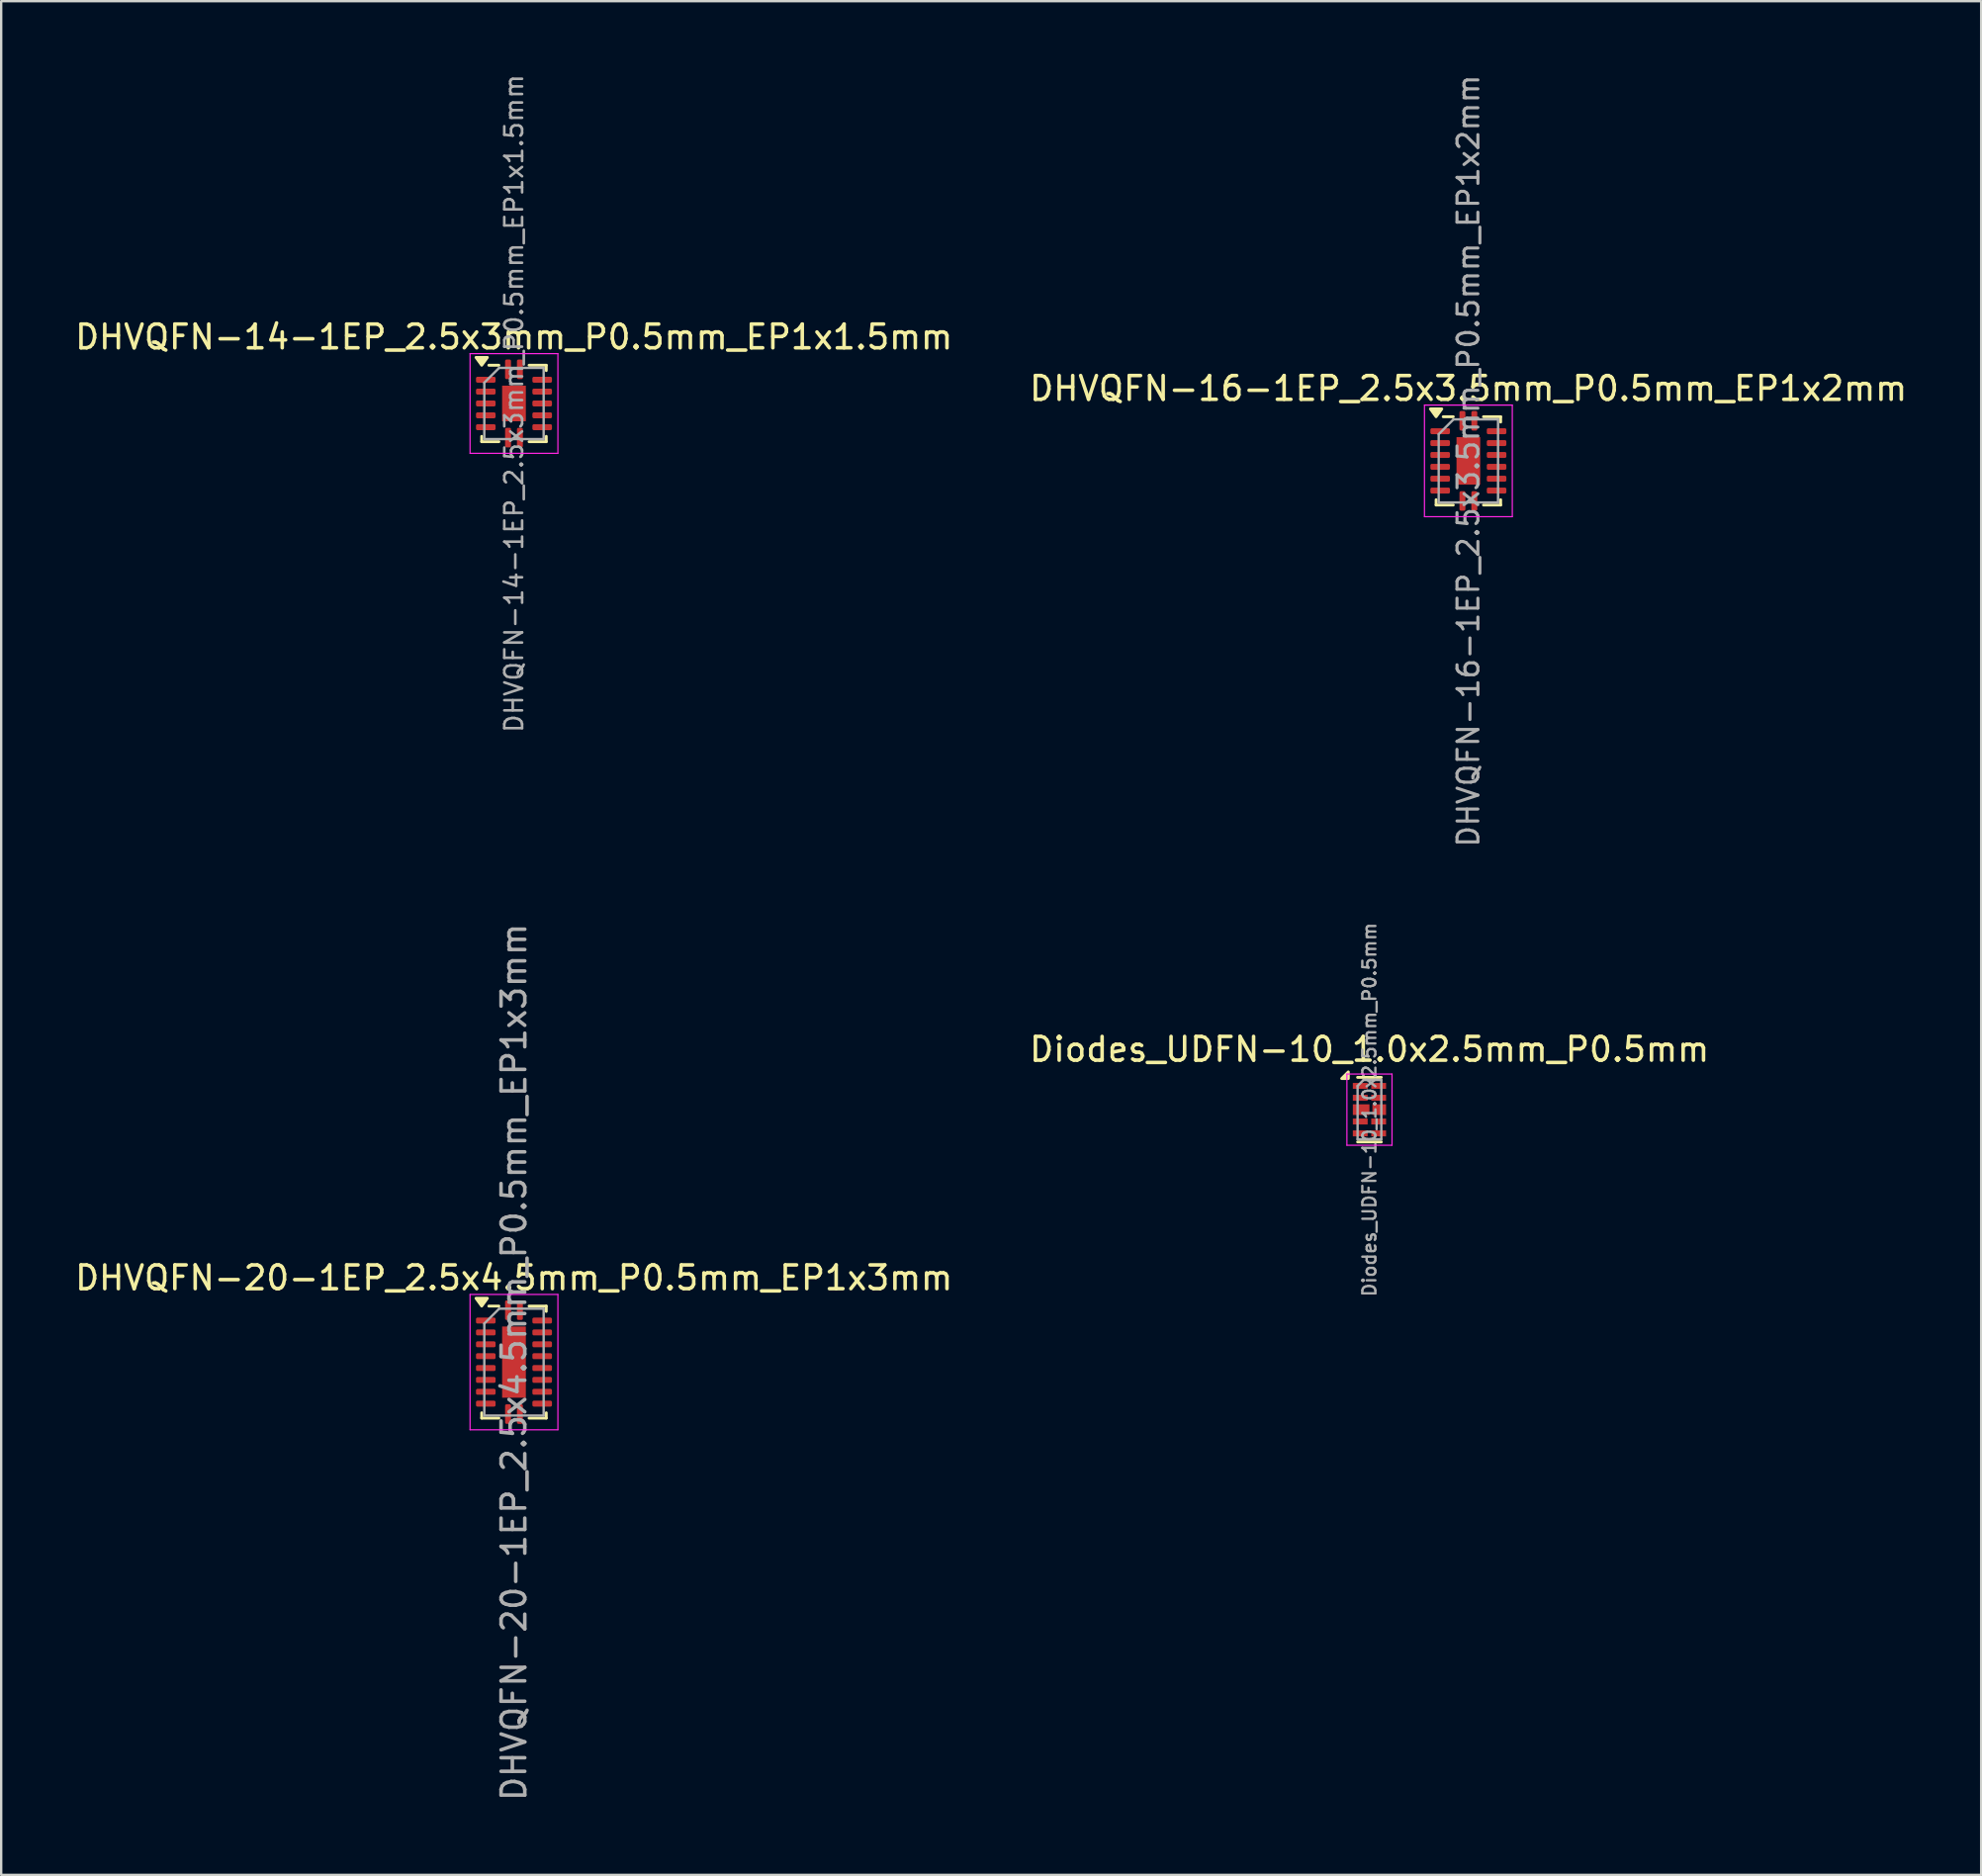
<source format=kicad_pcb>
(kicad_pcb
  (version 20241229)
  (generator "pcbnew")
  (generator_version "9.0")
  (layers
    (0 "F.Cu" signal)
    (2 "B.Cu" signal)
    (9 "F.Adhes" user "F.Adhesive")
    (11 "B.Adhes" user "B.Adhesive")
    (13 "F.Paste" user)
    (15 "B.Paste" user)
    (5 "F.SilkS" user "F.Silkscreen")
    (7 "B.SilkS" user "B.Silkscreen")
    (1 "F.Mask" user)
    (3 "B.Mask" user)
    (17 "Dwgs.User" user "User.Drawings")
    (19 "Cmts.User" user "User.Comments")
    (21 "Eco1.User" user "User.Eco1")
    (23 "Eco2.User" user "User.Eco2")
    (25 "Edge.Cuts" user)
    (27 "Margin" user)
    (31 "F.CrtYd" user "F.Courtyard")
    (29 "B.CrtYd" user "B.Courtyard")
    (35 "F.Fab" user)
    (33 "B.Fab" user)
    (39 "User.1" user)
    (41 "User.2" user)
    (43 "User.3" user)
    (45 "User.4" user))
  (footprint "DHVQFN-20-1EP_2.5x4.5mm_P0.5mm_EP1x3mm"
    (layer "F.Cu")
    (at 18.601 54.333)
    (property "Reference" "DHVQFN-20-1EP_2.5x4.5mm_P0.5mm_EP1x3mm" (at 0 -3.55 0) (layer "F.SilkS") (effects (font (size 1 1) (thickness 0.15))))
    (attr smd)
    (fp_line (start -1.36 2.36) (end -1.36 2.135) (stroke (width 0.12) (type solid)) (layer "F.SilkS"))
    (fp_line (start -0.635 -2.36) (end -1.06 -2.36) (stroke (width 0.12) (type solid)) (layer "F.SilkS"))
    (fp_line (start -0.635 2.36) (end -1.36 2.36) (stroke (width 0.12) (type solid)) (layer "F.SilkS"))
    (fp_line (start 0.635 -2.36) (end 1.36 -2.36) (stroke (width 0.12) (type solid)) (layer "F.SilkS"))
    (fp_line (start 0.635 2.36) (end 1.36 2.36) (stroke (width 0.12) (type solid)) (layer "F.SilkS"))
    (fp_line (start 1.36 -2.36) (end 1.36 -2.135) (stroke (width 0.12) (type solid)) (layer "F.SilkS"))
    (fp_line (start 1.36 2.36) (end 1.36 2.135) (stroke (width 0.12) (type solid)) (layer "F.SilkS"))
    (fp_poly (pts (xy -1.36 -2.36) (xy -1.6 -2.69) (xy -1.12 -2.69) (xy -1.36 -2.36)) (stroke (width 0.12) (type solid)) (fill yes) (layer "F.SilkS"))
    (fp_line (start -1.85 -2.85) (end -1.85 2.85) (stroke (width 0.05) (type solid)) (layer "F.CrtYd"))
    (fp_line (start -1.85 2.85) (end 1.85 2.85) (stroke (width 0.05) (type solid)) (layer "F.CrtYd"))
    (fp_line (start 1.85 -2.85) (end -1.85 -2.85) (stroke (width 0.05) (type solid)) (layer "F.CrtYd"))
    (fp_line (start 1.85 2.85) (end 1.85 -2.85) (stroke (width 0.05) (type solid)) (layer "F.CrtYd"))
    (fp_line (start -1.25 -1.625) (end -0.625 -2.25) (stroke (width 0.1) (type solid)) (layer "F.Fab"))
    (fp_line (start -1.25 2.25) (end -1.25 -1.625) (stroke (width 0.1) (type solid)) (layer "F.Fab"))
    (fp_line (start -0.625 -2.25) (end 1.25 -2.25) (stroke (width 0.1) (type solid)) (layer "F.Fab"))
    (fp_line (start 1.25 -2.25) (end 1.25 2.25) (stroke (width 0.1) (type solid)) (layer "F.Fab"))
    (fp_line (start 1.25 2.25) (end -1.25 2.25) (stroke (width 0.1) (type solid)) (layer "F.Fab"))
    (fp_text user "${REFERENCE}" (at 0 0 90) (layer "F.Fab") (effects (font (size 1 1) (thickness 0.15))))
    (pad "" smd roundrect (at 0 -0.75) (size 0.81 1.21) (layers "F.Paste") (roundrect_rratio 0.25))
    (pad "" smd roundrect (at 0 0.75) (size 0.81 1.21) (layers "F.Paste") (roundrect_rratio 0.25))
    (pad "1" smd roundrect (at -0.25 -2.188) (size 0.25 0.825) (layers "F.Cu" "F.Mask" "F.Paste") (roundrect_rratio 0.25))
    (pad "2" smd roundrect (at -1.188 -1.75) (size 0.825 0.25) (layers "F.Cu" "F.Mask" "F.Paste") (roundrect_rratio 0.25))
    (pad "3" smd roundrect (at -1.188 -1.25) (size 0.825 0.25) (layers "F.Cu" "F.Mask" "F.Paste") (roundrect_rratio 0.25))
    (pad "4" smd roundrect (at -1.188 -0.75) (size 0.825 0.25) (layers "F.Cu" "F.Mask" "F.Paste") (roundrect_rratio 0.25))
    (pad "5" smd roundrect (at -1.188 -0.25) (size 0.825 0.25) (layers "F.Cu" "F.Mask" "F.Paste") (roundrect_rratio 0.25))
    (pad "6" smd roundrect (at -1.188 0.25) (size 0.825 0.25) (layers "F.Cu" "F.Mask" "F.Paste") (roundrect_rratio 0.25))
    (pad "7" smd roundrect (at -1.188 0.75) (size 0.825 0.25) (layers "F.Cu" "F.Mask" "F.Paste") (roundrect_rratio 0.25))
    (pad "8" smd roundrect (at -1.188 1.25) (size 0.825 0.25) (layers "F.Cu" "F.Mask" "F.Paste") (roundrect_rratio 0.25))
    (pad "9" smd roundrect (at -1.188 1.75) (size 0.825 0.25) (layers "F.Cu" "F.Mask" "F.Paste") (roundrect_rratio 0.25))
    (pad "10" smd roundrect (at -0.25 2.188) (size 0.25 0.825) (layers "F.Cu" "F.Mask" "F.Paste") (roundrect_rratio 0.25))
    (pad "11" smd roundrect (at 0.25 2.188) (size 0.25 0.825) (layers "F.Cu" "F.Mask" "F.Paste") (roundrect_rratio 0.25))
    (pad "12" smd roundrect (at 1.188 1.75) (size 0.825 0.25) (layers "F.Cu" "F.Mask" "F.Paste") (roundrect_rratio 0.25))
    (pad "13" smd roundrect (at 1.188 1.25) (size 0.825 0.25) (layers "F.Cu" "F.Mask" "F.Paste") (roundrect_rratio 0.25))
    (pad "14" smd roundrect (at 1.188 0.75) (size 0.825 0.25) (layers "F.Cu" "F.Mask" "F.Paste") (roundrect_rratio 0.25))
    (pad "15" smd roundrect (at 1.188 0.25) (size 0.825 0.25) (layers "F.Cu" "F.Mask" "F.Paste") (roundrect_rratio 0.25))
    (pad "16" smd roundrect (at 1.188 -0.25) (size 0.825 0.25) (layers "F.Cu" "F.Mask" "F.Paste") (roundrect_rratio 0.25))
    (pad "17" smd roundrect (at 1.188 -0.75) (size 0.825 0.25) (layers "F.Cu" "F.Mask" "F.Paste") (roundrect_rratio 0.25))
    (pad "18" smd roundrect (at 1.188 -1.25) (size 0.825 0.25) (layers "F.Cu" "F.Mask" "F.Paste") (roundrect_rratio 0.25))
    (pad "19" smd roundrect (at 1.188 -1.75) (size 0.825 0.25) (layers "F.Cu" "F.Mask" "F.Paste") (roundrect_rratio 0.25))
    (pad "20" smd roundrect (at 0.25 -2.188) (size 0.25 0.825) (layers "F.Cu" "F.Mask" "F.Paste") (roundrect_rratio 0.25))
    (pad "21" smd rect (at 0 0) (size 1 3) (property pad_prop_heatsink) (layers "F.Cu" "F.Mask")))
  (footprint "DHVQFN-14-1EP_2.5x3mm_P0.5mm_EP1x1.5mm"
    (layer "F.Cu")
    (at 18.601 13.947)
    (property "Reference" "DHVQFN-14-1EP_2.5x3mm_P0.5mm_EP1x1.5mm" (at 0 -2.8 0) (layer "F.SilkS") (effects (font (size 1 1) (thickness 0.15))))
    (attr smd)
    (fp_line (start -1.36 1.61) (end -1.36 1.385) (stroke (width 0.12) (type solid)) (layer "F.SilkS"))
    (fp_line (start -0.635 -1.61) (end -1.06 -1.61) (stroke (width 0.12) (type solid)) (layer "F.SilkS"))
    (fp_line (start -0.635 1.61) (end -1.36 1.61) (stroke (width 0.12) (type solid)) (layer "F.SilkS"))
    (fp_line (start 0.635 -1.61) (end 1.36 -1.61) (stroke (width 0.12) (type solid)) (layer "F.SilkS"))
    (fp_line (start 0.635 1.61) (end 1.36 1.61) (stroke (width 0.12) (type solid)) (layer "F.SilkS"))
    (fp_line (start 1.36 -1.61) (end 1.36 -1.385) (stroke (width 0.12) (type solid)) (layer "F.SilkS"))
    (fp_line (start 1.36 1.61) (end 1.36 1.385) (stroke (width 0.12) (type solid)) (layer "F.SilkS"))
    (fp_poly (pts (xy -1.36 -1.61) (xy -1.6 -1.94) (xy -1.12 -1.94) (xy -1.36 -1.61)) (stroke (width 0.12) (type solid)) (fill yes) (layer "F.SilkS"))
    (fp_line (start -1.85 -2.1) (end -1.85 2.1) (stroke (width 0.05) (type solid)) (layer "F.CrtYd"))
    (fp_line (start -1.85 2.1) (end 1.85 2.1) (stroke (width 0.05) (type solid)) (layer "F.CrtYd"))
    (fp_line (start 1.85 -2.1) (end -1.85 -2.1) (stroke (width 0.05) (type solid)) (layer "F.CrtYd"))
    (fp_line (start 1.85 2.1) (end 1.85 -2.1) (stroke (width 0.05) (type solid)) (layer "F.CrtYd"))
    (fp_line (start -1.25 -0.875) (end -0.625 -1.5) (stroke (width 0.1) (type solid)) (layer "F.Fab"))
    (fp_line (start -1.25 1.5) (end -1.25 -0.875) (stroke (width 0.1) (type solid)) (layer "F.Fab"))
    (fp_line (start -0.625 -1.5) (end 1.25 -1.5) (stroke (width 0.1) (type solid)) (layer "F.Fab"))
    (fp_line (start 1.25 -1.5) (end 1.25 1.5) (stroke (width 0.1) (type solid)) (layer "F.Fab"))
    (fp_line (start 1.25 1.5) (end -1.25 1.5) (stroke (width 0.1) (type solid)) (layer "F.Fab"))
    (fp_text user "${REFERENCE}" (at 0 0 90) (layer "F.Fab") (effects (font (size 0.75 0.75) (thickness 0.11))))
    (pad "" smd roundrect (at 0 0) (size 0.81 1.21) (layers "F.Paste") (roundrect_rratio 0.25))
    (pad "1" smd roundrect (at -0.25 -1.438) (size 0.25 0.825) (layers "F.Cu" "F.Mask" "F.Paste") (roundrect_rratio 0.25))
    (pad "2" smd roundrect (at -1.188 -1) (size 0.825 0.25) (layers "F.Cu" "F.Mask" "F.Paste") (roundrect_rratio 0.25))
    (pad "3" smd roundrect (at -1.188 -0.5) (size 0.825 0.25) (layers "F.Cu" "F.Mask" "F.Paste") (roundrect_rratio 0.25))
    (pad "4" smd roundrect (at -1.188 0) (size 0.825 0.25) (layers "F.Cu" "F.Mask" "F.Paste") (roundrect_rratio 0.25))
    (pad "5" smd roundrect (at -1.188 0.5) (size 0.825 0.25) (layers "F.Cu" "F.Mask" "F.Paste") (roundrect_rratio 0.25))
    (pad "6" smd roundrect (at -1.188 1) (size 0.825 0.25) (layers "F.Cu" "F.Mask" "F.Paste") (roundrect_rratio 0.25))
    (pad "7" smd roundrect (at -0.25 1.438) (size 0.25 0.825) (layers "F.Cu" "F.Mask" "F.Paste") (roundrect_rratio 0.25))
    (pad "8" smd roundrect (at 0.25 1.438) (size 0.25 0.825) (layers "F.Cu" "F.Mask" "F.Paste") (roundrect_rratio 0.25))
    (pad "9" smd roundrect (at 1.188 1) (size 0.825 0.25) (layers "F.Cu" "F.Mask" "F.Paste") (roundrect_rratio 0.25))
    (pad "10" smd roundrect (at 1.188 0.5) (size 0.825 0.25) (layers "F.Cu" "F.Mask" "F.Paste") (roundrect_rratio 0.25))
    (pad "11" smd roundrect (at 1.188 0) (size 0.825 0.25) (layers "F.Cu" "F.Mask" "F.Paste") (roundrect_rratio 0.25))
    (pad "12" smd roundrect (at 1.188 -0.5) (size 0.825 0.25) (layers "F.Cu" "F.Mask" "F.Paste") (roundrect_rratio 0.25))
    (pad "13" smd roundrect (at 1.188 -1) (size 0.825 0.25) (layers "F.Cu" "F.Mask" "F.Paste") (roundrect_rratio 0.25))
    (pad "14" smd roundrect (at 0.25 -1.438) (size 0.25 0.825) (layers "F.Cu" "F.Mask" "F.Paste") (roundrect_rratio 0.25))
    (pad "15" smd rect (at 0 0) (size 1 1.5) (property pad_prop_heatsink) (layers "F.Cu" "F.Mask")))
  (footprint "Diodes_UDFN-10_1.0x2.5mm_P0.5mm"
    (layer "F.Cu")
    (at 54.637 43.697)
    (property "Reference" "Diodes_UDFN-10_1.0x2.5mm_P0.5mm" (at 0 -2.54 0) (layer "F.SilkS") (effects (font (size 1 1) (thickness 0.15))))
    (attr smd)
    (fp_line (start 0.5 -1.36) (end -0.5 -1.36) (stroke (width 0.12) (type solid)) (layer "F.SilkS"))
    (fp_line (start 0.5 1.36) (end -0.5 1.36) (stroke (width 0.12) (type solid)) (layer "F.SilkS"))
    (fp_poly (pts (xy -0.89 -1.31) (xy -1.17 -1.31) (xy -0.89 -1.59) (xy -0.89 -1.31)) (stroke (width 0.12) (type solid)) (fill yes) (layer "F.SilkS"))
    (fp_line (start -0.95 -1.5) (end 0.95 -1.5) (stroke (width 0.05) (type solid)) (layer "F.CrtYd"))
    (fp_line (start -0.95 1.5) (end -0.95 -1.5) (stroke (width 0.05) (type solid)) (layer "F.CrtYd"))
    (fp_line (start 0.95 -1.5) (end 0.95 1.5) (stroke (width 0.05) (type solid)) (layer "F.CrtYd"))
    (fp_line (start 0.95 1.5) (end -0.95 1.5) (stroke (width 0.05) (type solid)) (layer "F.CrtYd"))
    (fp_line (start -0.5 -1) (end -0.5 1.25) (stroke (width 0.1) (type solid)) (layer "F.Fab"))
    (fp_line (start -0.5 1.25) (end 0.5 1.25) (stroke (width 0.1) (type solid)) (layer "F.Fab"))
    (fp_line (start -0.25 -1.25) (end -0.5 -1) (stroke (width 0.1) (type solid)) (layer "F.Fab"))
    (fp_line (start 0.5 -1.25) (end -0.25 -1.25) (stroke (width 0.1) (type solid)) (layer "F.Fab"))
    (fp_line (start 0.5 -1.25) (end 0.5 1.25) (stroke (width 0.1) (type solid)) (layer "F.Fab"))
    (fp_text user "${REFERENCE}" (at 0 0 90) (layer "F.Fab") (effects (font (size 0.55 0.55) (thickness 0.1))))
    (pad "1" smd rect (at -0.388 -1 270) (size 0.25 0.625) (layers "F.Cu" "F.Mask" "F.Paste"))
    (pad "2" smd rect (at -0.388 -0.5 270) (size 0.25 0.625) (layers "F.Cu" "F.Mask" "F.Paste"))
    (pad "3" smd rect (at -0.35 0 270) (size 0.45 0.7) (layers "F.Cu" "F.Mask" "F.Paste"))
    (pad "4" smd rect (at -0.388 0.5 270) (size 0.25 0.625) (layers "F.Cu" "F.Mask" "F.Paste"))
    (pad "5" smd rect (at -0.388 1 270) (size 0.25 0.625) (layers "F.Cu" "F.Mask" "F.Paste"))
    (pad "6" smd rect (at 0.388 1 270) (size 0.25 0.625) (layers "F.Cu" "F.Mask" "F.Paste"))
    (pad "7" smd rect (at 0.388 0.5 270) (size 0.25 0.625) (layers "F.Cu" "F.Mask" "F.Paste"))
    (pad "8" smd rect (at 0.412 0 270) (size 0.45 0.575) (layers "F.Cu" "F.Mask" "F.Paste"))
    (pad "9" smd rect (at 0.388 -0.5 270) (size 0.25 0.625) (layers "F.Cu" "F.Mask" "F.Paste"))
    (pad "10" smd rect (at 0.388 -1 270) (size 0.25 0.625) (layers "F.Cu" "F.Mask" "F.Paste")))
  (footprint "DHVQFN-16-1EP_2.5x3.5mm_P0.5mm_EP1x2mm"
    (layer "F.Cu")
    (at 58.804 16.366)
    (property "Reference" "DHVQFN-16-1EP_2.5x3.5mm_P0.5mm_EP1x2mm" (at 0 -3.05 0) (layer "F.SilkS") (effects (font (size 1 1) (thickness 0.15))))
    (attr smd)
    (fp_line (start -1.36 1.86) (end -1.36 1.635) (stroke (width 0.12) (type solid)) (layer "F.SilkS"))
    (fp_line (start -0.635 -1.86) (end -1.06 -1.86) (stroke (width 0.12) (type solid)) (layer "F.SilkS"))
    (fp_line (start -0.635 1.86) (end -1.36 1.86) (stroke (width 0.12) (type solid)) (layer "F.SilkS"))
    (fp_line (start 0.635 -1.86) (end 1.36 -1.86) (stroke (width 0.12) (type solid)) (layer "F.SilkS"))
    (fp_line (start 0.635 1.86) (end 1.36 1.86) (stroke (width 0.12) (type solid)) (layer "F.SilkS"))
    (fp_line (start 1.36 -1.86) (end 1.36 -1.635) (stroke (width 0.12) (type solid)) (layer "F.SilkS"))
    (fp_line (start 1.36 1.86) (end 1.36 1.635) (stroke (width 0.12) (type solid)) (layer "F.SilkS"))
    (fp_poly (pts (xy -1.36 -1.86) (xy -1.6 -2.19) (xy -1.12 -2.19) (xy -1.36 -1.86)) (stroke (width 0.12) (type solid)) (fill yes) (layer "F.SilkS"))
    (fp_line (start -1.85 -2.35) (end -1.85 2.35) (stroke (width 0.05) (type solid)) (layer "F.CrtYd"))
    (fp_line (start -1.85 2.35) (end 1.85 2.35) (stroke (width 0.05) (type solid)) (layer "F.CrtYd"))
    (fp_line (start 1.85 -2.35) (end -1.85 -2.35) (stroke (width 0.05) (type solid)) (layer "F.CrtYd"))
    (fp_line (start 1.85 2.35) (end 1.85 -2.35) (stroke (width 0.05) (type solid)) (layer "F.CrtYd"))
    (fp_line (start -1.25 -1.125) (end -0.625 -1.75) (stroke (width 0.1) (type solid)) (layer "F.Fab"))
    (fp_line (start -1.25 1.75) (end -1.25 -1.125) (stroke (width 0.1) (type solid)) (layer "F.Fab"))
    (fp_line (start -0.625 -1.75) (end 1.25 -1.75) (stroke (width 0.1) (type solid)) (layer "F.Fab"))
    (fp_line (start 1.25 -1.75) (end 1.25 1.75) (stroke (width 0.1) (type solid)) (layer "F.Fab"))
    (fp_line (start 1.25 1.75) (end -1.25 1.75) (stroke (width 0.1) (type solid)) (layer "F.Fab"))
    (fp_text user "${REFERENCE}" (at 0 0 90) (layer "F.Fab") (effects (font (size 0.88 0.88) (thickness 0.13))))
    (pad "" smd roundrect (at 0 -0.5) (size 0.81 0.81) (layers "F.Paste") (roundrect_rratio 0.25))
    (pad "" smd roundrect (at 0 0.5) (size 0.81 0.81) (layers "F.Paste") (roundrect_rratio 0.25))
    (pad "1" smd roundrect (at -0.25 -1.688) (size 0.25 0.825) (layers "F.Cu" "F.Mask" "F.Paste") (roundrect_rratio 0.25))
    (pad "2" smd roundrect (at -1.188 -1.25) (size 0.825 0.25) (layers "F.Cu" "F.Mask" "F.Paste") (roundrect_rratio 0.25))
    (pad "3" smd roundrect (at -1.188 -0.75) (size 0.825 0.25) (layers "F.Cu" "F.Mask" "F.Paste") (roundrect_rratio 0.25))
    (pad "4" smd roundrect (at -1.188 -0.25) (size 0.825 0.25) (layers "F.Cu" "F.Mask" "F.Paste") (roundrect_rratio 0.25))
    (pad "5" smd roundrect (at -1.188 0.25) (size 0.825 0.25) (layers "F.Cu" "F.Mask" "F.Paste") (roundrect_rratio 0.25))
    (pad "6" smd roundrect (at -1.188 0.75) (size 0.825 0.25) (layers "F.Cu" "F.Mask" "F.Paste") (roundrect_rratio 0.25))
    (pad "7" smd roundrect (at -1.188 1.25) (size 0.825 0.25) (layers "F.Cu" "F.Mask" "F.Paste") (roundrect_rratio 0.25))
    (pad "8" smd roundrect (at -0.25 1.688) (size 0.25 0.825) (layers "F.Cu" "F.Mask" "F.Paste") (roundrect_rratio 0.25))
    (pad "9" smd roundrect (at 0.25 1.688) (size 0.25 0.825) (layers "F.Cu" "F.Mask" "F.Paste") (roundrect_rratio 0.25))
    (pad "10" smd roundrect (at 1.188 1.25) (size 0.825 0.25) (layers "F.Cu" "F.Mask" "F.Paste") (roundrect_rratio 0.25))
    (pad "11" smd roundrect (at 1.188 0.75) (size 0.825 0.25) (layers "F.Cu" "F.Mask" "F.Paste") (roundrect_rratio 0.25))
    (pad "12" smd roundrect (at 1.188 0.25) (size 0.825 0.25) (layers "F.Cu" "F.Mask" "F.Paste") (roundrect_rratio 0.25))
    (pad "13" smd roundrect (at 1.188 -0.25) (size 0.825 0.25) (layers "F.Cu" "F.Mask" "F.Paste") (roundrect_rratio 0.25))
    (pad "14" smd roundrect (at 1.188 -0.75) (size 0.825 0.25) (layers "F.Cu" "F.Mask" "F.Paste") (roundrect_rratio 0.25))
    (pad "15" smd roundrect (at 1.188 -1.25) (size 0.825 0.25) (layers "F.Cu" "F.Mask" "F.Paste") (roundrect_rratio 0.25))
    (pad "16" smd roundrect (at 0.25 -1.688) (size 0.25 0.825) (layers "F.Cu" "F.Mask" "F.Paste") (roundrect_rratio 0.25))
    (pad "17" smd rect (at 0 0) (size 1 2) (property pad_prop_heatsink) (layers "F.Cu" "F.Mask")))
  (gr_rect
    (start -3 -3)
    (end 80.405 75.934)
    (stroke (width 0.1) (type default))
    (fill no)
    (layer "Edge.Cuts")))
</source>
